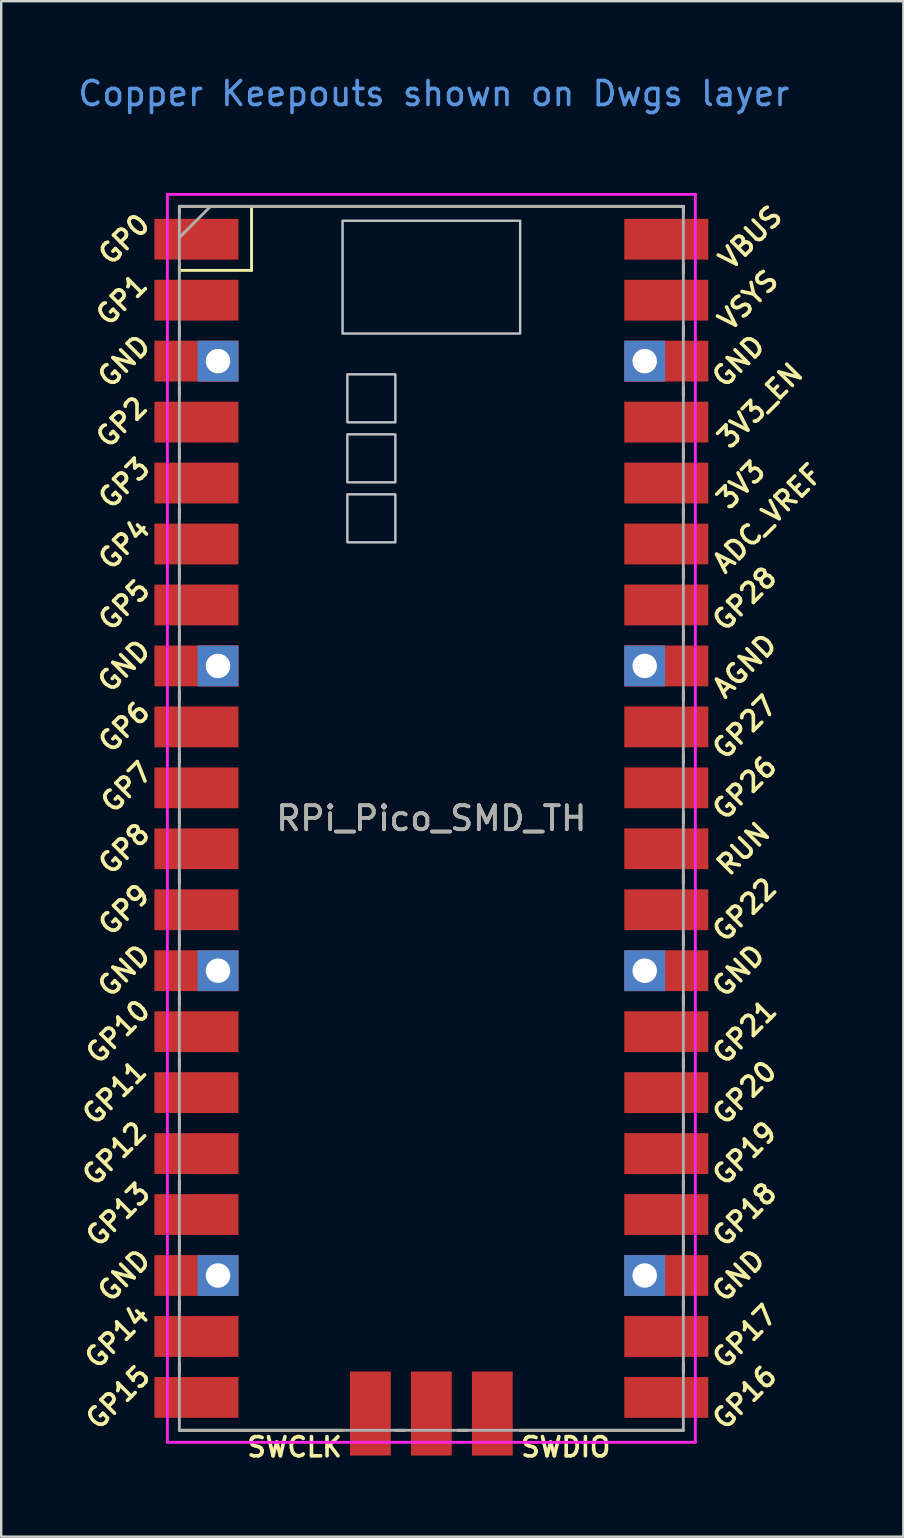
<source format=kicad_pcb>
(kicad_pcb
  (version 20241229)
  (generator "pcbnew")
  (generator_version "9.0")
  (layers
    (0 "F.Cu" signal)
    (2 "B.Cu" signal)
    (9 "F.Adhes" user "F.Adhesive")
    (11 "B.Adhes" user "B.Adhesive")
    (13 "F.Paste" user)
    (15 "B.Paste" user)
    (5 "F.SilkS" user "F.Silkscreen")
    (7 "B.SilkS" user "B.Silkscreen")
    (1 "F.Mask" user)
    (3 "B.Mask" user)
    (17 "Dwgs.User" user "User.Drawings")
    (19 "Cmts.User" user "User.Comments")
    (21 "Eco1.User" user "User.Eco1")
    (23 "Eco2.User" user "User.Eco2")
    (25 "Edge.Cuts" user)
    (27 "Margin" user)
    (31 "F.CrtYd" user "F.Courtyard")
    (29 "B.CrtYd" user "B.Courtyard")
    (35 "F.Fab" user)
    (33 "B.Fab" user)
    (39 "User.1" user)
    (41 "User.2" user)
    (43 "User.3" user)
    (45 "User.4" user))
  (footprint "RPi_Pico_SMD_TH"
    (layer "F.Cu")
    (at 14.924 31.048)
    (property "Reference" "RPi_Pico_SMD_TH" (at 0 0 0) (layer "F.SilkS") (effects (font (size 1 1) (thickness 0.15))))
    (fp_line (start -10.5 -25.5) (end -10.5 -25.2) (stroke (width 0.12) (type solid)) (layer "F.SilkS"))
    (fp_line (start -10.5 -25.5) (end 10.5 -25.5) (stroke (width 0.12) (type solid)) (layer "F.SilkS"))
    (fp_line (start -10.5 -23.1) (end -10.5 -22.7) (stroke (width 0.12) (type solid)) (layer "F.SilkS"))
    (fp_line (start -10.5 -22.833) (end -7.493 -22.833) (stroke (width 0.12) (type solid)) (layer "F.SilkS"))
    (fp_line (start -10.5 -20.5) (end -10.5 -20.1) (stroke (width 0.12) (type solid)) (layer "F.SilkS"))
    (fp_line (start -10.5 -18) (end -10.5 -17.6) (stroke (width 0.12) (type solid)) (layer "F.SilkS"))
    (fp_line (start -10.5 -15.4) (end -10.5 -15) (stroke (width 0.12) (type solid)) (layer "F.SilkS"))
    (fp_line (start -10.5 -12.9) (end -10.5 -12.5) (stroke (width 0.12) (type solid)) (layer "F.SilkS"))
    (fp_line (start -10.5 -10.4) (end -10.5 -10) (stroke (width 0.12) (type solid)) (layer "F.SilkS"))
    (fp_line (start -10.5 -7.8) (end -10.5 -7.4) (stroke (width 0.12) (type solid)) (layer "F.SilkS"))
    (fp_line (start -10.5 -5.3) (end -10.5 -4.9) (stroke (width 0.12) (type solid)) (layer "F.SilkS"))
    (fp_line (start -10.5 -2.7) (end -10.5 -2.3) (stroke (width 0.12) (type solid)) (layer "F.SilkS"))
    (fp_line (start -10.5 -0.2) (end -10.5 0.2) (stroke (width 0.12) (type solid)) (layer "F.SilkS"))
    (fp_line (start -10.5 2.3) (end -10.5 2.7) (stroke (width 0.12) (type solid)) (layer "F.SilkS"))
    (fp_line (start -10.5 4.9) (end -10.5 5.3) (stroke (width 0.12) (type solid)) (layer "F.SilkS"))
    (fp_line (start -10.5 7.4) (end -10.5 7.8) (stroke (width 0.12) (type solid)) (layer "F.SilkS"))
    (fp_line (start -10.5 10) (end -10.5 10.4) (stroke (width 0.12) (type solid)) (layer "F.SilkS"))
    (fp_line (start -10.5 12.5) (end -10.5 12.9) (stroke (width 0.12) (type solid)) (layer "F.SilkS"))
    (fp_line (start -10.5 15.1) (end -10.5 15.5) (stroke (width 0.12) (type solid)) (layer "F.SilkS"))
    (fp_line (start -10.5 17.6) (end -10.5 18) (stroke (width 0.12) (type solid)) (layer "F.SilkS"))
    (fp_line (start -10.5 20.1) (end -10.5 20.5) (stroke (width 0.12) (type solid)) (layer "F.SilkS"))
    (fp_line (start -10.5 22.7) (end -10.5 23.1) (stroke (width 0.12) (type solid)) (layer "F.SilkS"))
    (fp_line (start -7.493 -22.833) (end -7.493 -25.5) (stroke (width 0.12) (type solid)) (layer "F.SilkS"))
    (fp_line (start -3.7 25.5) (end -10.5 25.5) (stroke (width 0.12) (type solid)) (layer "F.SilkS"))
    (fp_line (start -1.5 25.5) (end -1.1 25.5) (stroke (width 0.12) (type solid)) (layer "F.SilkS"))
    (fp_line (start 1.1 25.5) (end 1.5 25.5) (stroke (width 0.12) (type solid)) (layer "F.SilkS"))
    (fp_line (start 10.5 -25.5) (end 10.5 -25.2) (stroke (width 0.12) (type solid)) (layer "F.SilkS"))
    (fp_line (start 10.5 -23.1) (end 10.5 -22.7) (stroke (width 0.12) (type solid)) (layer "F.SilkS"))
    (fp_line (start 10.5 -20.5) (end 10.5 -20.1) (stroke (width 0.12) (type solid)) (layer "F.SilkS"))
    (fp_line (start 10.5 -18) (end 10.5 -17.6) (stroke (width 0.12) (type solid)) (layer "F.SilkS"))
    (fp_line (start 10.5 -15.4) (end 10.5 -15) (stroke (width 0.12) (type solid)) (layer "F.SilkS"))
    (fp_line (start 10.5 -12.9) (end 10.5 -12.5) (stroke (width 0.12) (type solid)) (layer "F.SilkS"))
    (fp_line (start 10.5 -10.4) (end 10.5 -10) (stroke (width 0.12) (type solid)) (layer "F.SilkS"))
    (fp_line (start 10.5 -7.8) (end 10.5 -7.4) (stroke (width 0.12) (type solid)) (layer "F.SilkS"))
    (fp_line (start 10.5 -5.3) (end 10.5 -4.9) (stroke (width 0.12) (type solid)) (layer "F.SilkS"))
    (fp_line (start 10.5 -2.7) (end 10.5 -2.3) (stroke (width 0.12) (type solid)) (layer "F.SilkS"))
    (fp_line (start 10.5 -0.2) (end 10.5 0.2) (stroke (width 0.12) (type solid)) (layer "F.SilkS"))
    (fp_line (start 10.5 2.3) (end 10.5 2.7) (stroke (width 0.12) (type solid)) (layer "F.SilkS"))
    (fp_line (start 10.5 4.9) (end 10.5 5.3) (stroke (width 0.12) (type solid)) (layer "F.SilkS"))
    (fp_line (start 10.5 7.4) (end 10.5 7.8) (stroke (width 0.12) (type solid)) (layer "F.SilkS"))
    (fp_line (start 10.5 10) (end 10.5 10.4) (stroke (width 0.12) (type solid)) (layer "F.SilkS"))
    (fp_line (start 10.5 12.5) (end 10.5 12.9) (stroke (width 0.12) (type solid)) (layer "F.SilkS"))
    (fp_line (start 10.5 15.1) (end 10.5 15.5) (stroke (width 0.12) (type solid)) (layer "F.SilkS"))
    (fp_line (start 10.5 17.6) (end 10.5 18) (stroke (width 0.12) (type solid)) (layer "F.SilkS"))
    (fp_line (start 10.5 20.1) (end 10.5 20.5) (stroke (width 0.12) (type solid)) (layer "F.SilkS"))
    (fp_line (start 10.5 22.7) (end 10.5 23.1) (stroke (width 0.12) (type solid)) (layer "F.SilkS"))
    (fp_line (start 10.5 25.5) (end 3.7 25.5) (stroke (width 0.12) (type solid)) (layer "F.SilkS"))
    (fp_poly (pts (xy -1.5 -16.5) (xy -3.5 -16.5) (xy -3.5 -18.5) (xy -1.5 -18.5)) (stroke (width 0.1) (type solid)) (fill no) (layer "Dwgs.User"))
    (fp_poly (pts (xy -1.5 -14) (xy -3.5 -14) (xy -3.5 -16) (xy -1.5 -16)) (stroke (width 0.1) (type solid)) (fill no) (layer "Dwgs.User"))
    (fp_poly (pts (xy -1.5 -11.5) (xy -3.5 -11.5) (xy -3.5 -13.5) (xy -1.5 -13.5)) (stroke (width 0.1) (type solid)) (fill no) (layer "Dwgs.User"))
    (fp_poly (pts (xy 3.7 -20.2) (xy -3.7 -20.2) (xy -3.7 -24.9) (xy 3.7 -24.9)) (stroke (width 0.1) (type solid)) (fill no) (layer "Dwgs.User"))
    (fp_line (start -11 -26) (end 11 -26) (stroke (width 0.12) (type solid)) (layer "F.CrtYd"))
    (fp_line (start -11 26) (end -11 -26) (stroke (width 0.12) (type solid)) (layer "F.CrtYd"))
    (fp_line (start 11 -26) (end 11 26) (stroke (width 0.12) (type solid)) (layer "F.CrtYd"))
    (fp_line (start 11 26) (end -11 26) (stroke (width 0.12) (type solid)) (layer "F.CrtYd"))
    (fp_line (start -10.5 -25.5) (end 10.5 -25.5) (stroke (width 0.12) (type solid)) (layer "F.Fab"))
    (fp_line (start -10.5 -24.2) (end -9.2 -25.5) (stroke (width 0.12) (type solid)) (layer "F.Fab"))
    (fp_line (start -10.5 25.5) (end -10.5 -25.5) (stroke (width 0.12) (type solid)) (layer "F.Fab"))
    (fp_line (start 10.5 -25.5) (end 10.5 25.5) (stroke (width 0.12) (type solid)) (layer "F.Fab"))
    (fp_line (start 10.5 25.5) (end -10.5 25.5) (stroke (width 0.12) (type solid)) (layer "F.Fab"))
    (fp_text user "GP15" (at -13.054 24.13 45) (layer "F.SilkS") (effects (font (size 0.8 0.8) (thickness 0.15))))
    (fp_text user "GP19" (at 13.054 13.97 45) (layer "F.SilkS") (effects (font (size 0.8 0.8) (thickness 0.15))))
    (fp_text user "GP13" (at -13.054 16.51 45) (layer "F.SilkS") (effects (font (size 0.8 0.8) (thickness 0.15))))
    (fp_text user "GP1" (at -12.9 -21.6 45) (layer "F.SilkS") (effects (font (size 0.8 0.8) (thickness 0.15))))
    (fp_text user "GP5" (at -12.8 -8.89 45) (layer "F.SilkS") (effects (font (size 0.8 0.8) (thickness 0.15))))
    (fp_text user "GP21" (at 13.054 8.9 45) (layer "F.SilkS") (effects (font (size 0.8 0.8) (thickness 0.15))))
    (fp_text user "GP27" (at 13.054 -3.8 45) (layer "F.SilkS") (effects (font (size 0.8 0.8) (thickness 0.15))))
    (fp_text user "GP20" (at 13.054 11.43 45) (layer "F.SilkS") (effects (font (size 0.8 0.8) (thickness 0.15))))
    (fp_text user "GND" (at 12.8 -19.05 45) (layer "F.SilkS") (effects (font (size 0.8 0.8) (thickness 0.15))))
    (fp_text user "GP4" (at -12.8 -11.43 45) (layer "F.SilkS") (effects (font (size 0.8 0.8) (thickness 0.15))))
    (fp_text user "ADC_VREF" (at 14 -12.5 45) (layer "F.SilkS") (effects (font (size 0.8 0.8) (thickness 0.15))))
    (fp_text user "GND" (at -12.8 -19.05 45) (layer "F.SilkS") (effects (font (size 0.8 0.8) (thickness 0.15))))
    (fp_text user "GP2" (at -12.9 -16.51 45) (layer "F.SilkS") (effects (font (size 0.8 0.8) (thickness 0.15))))
    (fp_text user "GP11" (at -13.2 11.43 45) (layer "F.SilkS") (effects (font (size 0.8 0.8) (thickness 0.15))))
    (fp_text user "3V3" (at 12.9 -13.9 45) (layer "F.SilkS") (effects (font (size 0.8 0.8) (thickness 0.15))))
    (fp_text user "GND" (at -12.8 6.35 45) (layer "F.SilkS") (effects (font (size 0.8 0.8) (thickness 0.15))))
    (fp_text user "GP22" (at 13.054 3.81 45) (layer "F.SilkS") (effects (font (size 0.8 0.8) (thickness 0.15))))
    (fp_text user "GP10" (at -13.054 8.89 45) (layer "F.SilkS") (effects (font (size 0.8 0.8) (thickness 0.15))))
    (fp_text user "SWCLK" (at -5.7 26.2 0) (layer "F.SilkS") (effects (font (size 0.8 0.8) (thickness 0.15))))
    (fp_text user "GP7" (at -12.7 -1.3 45) (layer "F.SilkS") (effects (font (size 0.8 0.8) (thickness 0.15))))
    (fp_text user "GP8" (at -12.8 1.27 45) (layer "F.SilkS") (effects (font (size 0.8 0.8) (thickness 0.15))))
    (fp_text user "GP0" (at -12.8 -24.13 45) (layer "F.SilkS") (effects (font (size 0.8 0.8) (thickness 0.15))))
    (fp_text user "GP12" (at -13.2 13.97 45) (layer "F.SilkS") (effects (font (size 0.8 0.8) (thickness 0.15))))
    (fp_text user "AGND" (at 13.054 -6.35 45) (layer "F.SilkS") (effects (font (size 0.8 0.8) (thickness 0.15))))
    (fp_text user "GP16" (at 13.054 24.13 45) (layer "F.SilkS") (effects (font (size 0.8 0.8) (thickness 0.15))))
    (fp_text user "SWDIO" (at 5.6 26.2 0) (layer "F.SilkS") (effects (font (size 0.8 0.8) (thickness 0.15))))
    (fp_text user "VBUS" (at 13.3 -24.2 45) (layer "F.SilkS") (effects (font (size 0.8 0.8) (thickness 0.15))))
    (fp_text user "VSYS" (at 13.2 -21.59 45) (layer "F.SilkS") (effects (font (size 0.8 0.8) (thickness 0.15))))
    (fp_text user "GP28" (at 13.054 -9.144 45) (layer "F.SilkS") (effects (font (size 0.8 0.8) (thickness 0.15))))
    (fp_text user "GP26" (at 13.054 -1.27 45) (layer "F.SilkS") (effects (font (size 0.8 0.8) (thickness 0.15))))
    (fp_text user "GP6" (at -12.8 -3.81 45) (layer "F.SilkS") (effects (font (size 0.8 0.8) (thickness 0.15))))
    (fp_text user "GP17" (at 13.054 21.59 45) (layer "F.SilkS") (effects (font (size 0.8 0.8) (thickness 0.15))))
    (fp_text user "RUN" (at 13 1.27 45) (layer "F.SilkS") (effects (font (size 0.8 0.8) (thickness 0.15))))
    (fp_text user "3V3_EN" (at 13.7 -17.2 45) (layer "F.SilkS") (effects (font (size 0.8 0.8) (thickness 0.15))))
    (fp_text user "GP3" (at -12.8 -13.97 45) (layer "F.SilkS") (effects (font (size 0.8 0.8) (thickness 0.15))))
    (fp_text user "GND" (at -12.8 19.05 45) (layer "F.SilkS") (effects (font (size 0.8 0.8) (thickness 0.15))))
    (fp_text user "GP18" (at 13.054 16.51 45) (layer "F.SilkS") (effects (font (size 0.8 0.8) (thickness 0.15))))
    (fp_text user "GND" (at 12.8 19.05 45) (layer "F.SilkS") (effects (font (size 0.8 0.8) (thickness 0.15))))
    (fp_text user "GND" (at -12.8 -6.35 45) (layer "F.SilkS") (effects (font (size 0.8 0.8) (thickness 0.15))))
    (fp_text user "GND" (at 12.8 6.35 45) (layer "F.SilkS") (effects (font (size 0.8 0.8) (thickness 0.15))))
    (fp_text user "GP14" (at -13.1 21.59 45) (layer "F.SilkS") (effects (font (size 0.8 0.8) (thickness 0.15))))
    (fp_text user "GP9" (at -12.8 3.81 45) (layer "F.SilkS") (effects (font (size 0.8 0.8) (thickness 0.15))))
    (fp_text user "Copper Keepouts shown on Dwgs layer" (at 0.1 -30.2 0) (layer "Cmts.User") (effects (font (size 1 1) (thickness 0.15))))
    (fp_text user "${REFERENCE}" (at 0 0 180) (layer "F.Fab") (effects (font (size 1 1) (thickness 0.15))))
    (pad "1" smd rect (at -8.89 -24.13) (size 3.5 1.7) (drill (offset -0.9 0)) (layers "F.Cu" "F.Mask"))
    (pad "2" smd rect (at -8.89 -21.59) (size 3.5 1.7) (drill (offset -0.9 0)) (layers "F.Cu" "F.Mask" "F.Paste"))
    (pad "3" thru_hole rect (at -8.89 -19.05) (size 1.7 1.7) (drill 1.02) (layers "*.Cu" "*.Mask"))
    (pad "3" smd rect (at -8.89 -19.05) (size 3.5 1.7) (drill (offset -0.9 0)) (layers "F.Cu" "F.Mask"))
    (pad "4" smd rect (at -8.89 -16.51) (size 3.5 1.7) (drill (offset -0.9 0)) (layers "F.Cu" "F.Mask"))
    (pad "5" smd rect (at -8.89 -13.97) (size 3.5 1.7) (drill (offset -0.9 0)) (layers "F.Cu" "F.Mask"))
    (pad "6" smd rect (at -8.89 -11.43) (size 3.5 1.7) (drill (offset -0.9 0)) (layers "F.Cu" "F.Mask"))
    (pad "7" smd rect (at -8.89 -8.89) (size 3.5 1.7) (drill (offset -0.9 0)) (layers "F.Cu" "F.Mask"))
    (pad "8" thru_hole rect (at -8.89 -6.35) (size 1.7 1.7) (drill 1.02) (layers "*.Cu" "*.Mask"))
    (pad "8" smd rect (at -8.89 -6.35) (size 3.5 1.7) (drill (offset -0.9 0)) (layers "F.Cu" "F.Mask"))
    (pad "9" smd rect (at -8.89 -3.81) (size 3.5 1.7) (drill (offset -0.9 0)) (layers "F.Cu" "F.Mask"))
    (pad "10" smd rect (at -8.89 -1.27) (size 3.5 1.7) (drill (offset -0.9 0)) (layers "F.Cu" "F.Mask"))
    (pad "11" smd rect (at -8.89 1.27) (size 3.5 1.7) (drill (offset -0.9 0)) (layers "F.Cu" "F.Mask"))
    (pad "12" smd rect (at -8.89 3.81) (size 3.5 1.7) (drill (offset -0.9 0)) (layers "F.Cu" "F.Mask"))
    (pad "13" thru_hole rect (at -8.89 6.35) (size 1.7 1.7) (drill 1.02) (layers "*.Cu" "*.Mask"))
    (pad "13" smd rect (at -8.89 6.35) (size 3.5 1.7) (drill (offset -0.9 0)) (layers "F.Cu" "F.Mask"))
    (pad "14" smd rect (at -8.89 8.89) (size 3.5 1.7) (drill (offset -0.9 0)) (layers "F.Cu" "F.Mask"))
    (pad "15" smd rect (at -8.89 11.43) (size 3.5 1.7) (drill (offset -0.9 0)) (layers "F.Cu" "F.Mask"))
    (pad "16" smd rect (at -8.89 13.97) (size 3.5 1.7) (drill (offset -0.9 0)) (layers "F.Cu" "F.Mask"))
    (pad "17" smd rect (at -8.89 16.51) (size 3.5 1.7) (drill (offset -0.9 0)) (layers "F.Cu" "F.Mask"))
    (pad "18" thru_hole rect (at -8.89 19.05) (size 1.7 1.7) (drill 1.02) (layers "*.Cu" "*.Mask"))
    (pad "18" smd rect (at -8.89 19.05) (size 3.5 1.7) (drill (offset -0.9 0)) (layers "F.Cu" "F.Mask"))
    (pad "19" smd rect (at -8.89 21.59) (size 3.5 1.7) (drill (offset -0.9 0)) (layers "F.Cu" "F.Mask"))
    (pad "20" smd rect (at -8.89 24.13) (size 3.5 1.7) (drill (offset -0.9 0)) (layers "F.Cu" "F.Mask"))
    (pad "21" smd rect (at 8.89 24.13) (size 3.5 1.7) (drill (offset 0.9 0)) (layers "F.Cu" "F.Mask"))
    (pad "22" smd rect (at 8.89 21.59) (size 3.5 1.7) (drill (offset 0.9 0)) (layers "F.Cu" "F.Mask"))
    (pad "23" thru_hole rect (at 8.89 19.05) (size 1.7 1.7) (drill 1.02) (layers "*.Cu" "*.Mask"))
    (pad "23" smd rect (at 8.89 19.05) (size 3.5 1.7) (drill (offset 0.9 0)) (layers "F.Cu" "F.Mask"))
    (pad "24" smd rect (at 8.89 16.51) (size 3.5 1.7) (drill (offset 0.9 0)) (layers "F.Cu" "F.Mask"))
    (pad "25" smd rect (at 8.89 13.97) (size 3.5 1.7) (drill (offset 0.9 0)) (layers "F.Cu" "F.Mask"))
    (pad "26" smd rect (at 8.89 11.43) (size 3.5 1.7) (drill (offset 0.9 0)) (layers "F.Cu" "F.Mask"))
    (pad "27" smd rect (at 8.89 8.89) (size 3.5 1.7) (drill (offset 0.9 0)) (layers "F.Cu" "F.Mask"))
    (pad "28" thru_hole rect (at 8.89 6.35) (size 1.7 1.7) (drill 1.02) (layers "*.Cu" "*.Mask"))
    (pad "28" smd rect (at 8.89 6.35) (size 3.5 1.7) (drill (offset 0.9 0)) (layers "F.Cu" "F.Mask"))
    (pad "29" smd rect (at 8.89 3.81) (size 3.5 1.7) (drill (offset 0.9 0)) (layers "F.Cu" "F.Mask"))
    (pad "30" smd rect (at 8.89 1.27) (size 3.5 1.7) (drill (offset 0.9 0)) (layers "F.Cu" "F.Mask"))
    (pad "31" smd rect (at 8.89 -1.27) (size 3.5 1.7) (drill (offset 0.9 0)) (layers "F.Cu" "F.Mask"))
    (pad "32" smd rect (at 8.89 -3.81) (size 3.5 1.7) (drill (offset 0.9 0)) (layers "F.Cu" "F.Mask"))
    (pad "33" thru_hole rect (at 8.89 -6.35) (size 1.7 1.7) (drill 1.02) (layers "*.Cu" "*.Mask"))
    (pad "33" smd rect (at 8.89 -6.35) (size 3.5 1.7) (drill (offset 0.9 0)) (layers "F.Cu" "F.Mask"))
    (pad "34" smd rect (at 8.89 -8.89) (size 3.5 1.7) (drill (offset 0.9 0)) (layers "F.Cu" "F.Mask"))
    (pad "35" smd rect (at 8.89 -11.43) (size 3.5 1.7) (drill (offset 0.9 0)) (layers "F.Cu" "F.Mask"))
    (pad "36" smd rect (at 8.89 -13.97) (size 3.5 1.7) (drill (offset 0.9 0)) (layers "F.Cu" "F.Mask"))
    (pad "37" smd rect (at 8.89 -16.51) (size 3.5 1.7) (drill (offset 0.9 0)) (layers "F.Cu" "F.Mask"))
    (pad "38" thru_hole rect (at 8.89 -19.05) (size 1.7 1.7) (drill 1.02) (layers "*.Cu" "*.Mask"))
    (pad "38" smd rect (at 8.89 -19.05) (size 3.5 1.7) (drill (offset 0.9 0)) (layers "F.Cu" "F.Mask"))
    (pad "39" smd rect (at 8.89 -21.59) (size 3.5 1.7) (drill (offset 0.9 0)) (layers "F.Cu" "F.Mask"))
    (pad "40" smd rect (at 8.89 -24.13) (size 3.5 1.7) (drill (offset 0.9 0)) (layers "F.Cu" "F.Mask"))
    (pad "41" smd rect (at -2.54 23.9 90) (size 3.5 1.7) (drill (offset -0.9 0)) (layers "F.Cu" "F.Mask"))
    (pad "42" smd rect (at 0 23.9 90) (size 3.5 1.7) (drill (offset -0.9 0)) (layers "F.Cu" "F.Mask"))
    (pad "43" smd rect (at 2.54 23.9 90) (size 3.5 1.7) (drill (offset -0.9 0)) (layers "F.Cu" "F.Mask")))
  (gr_rect
    (start -3 -3)
    (end 34.591 60.98)
    (stroke (width 0.1) (type default))
    (fill no)
    (layer "Edge.Cuts")))
</source>
